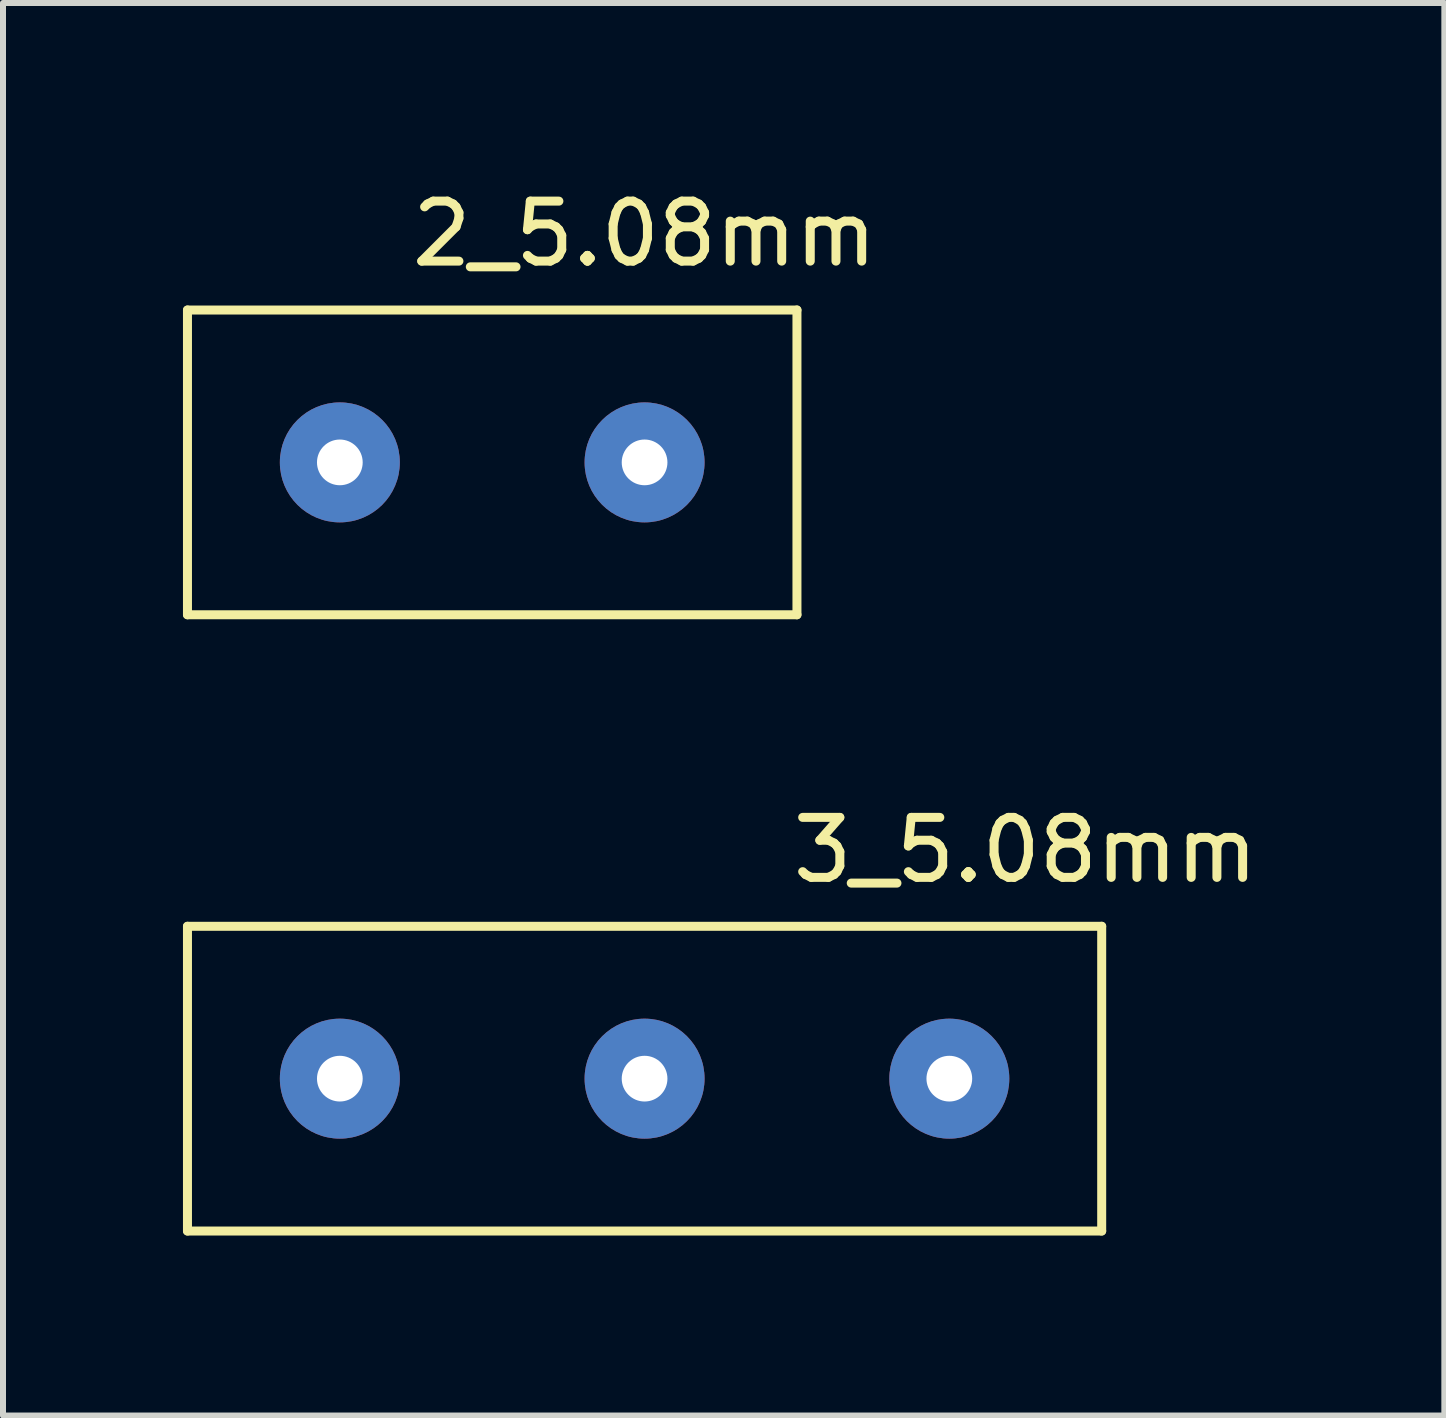
<source format=kicad_pcb>
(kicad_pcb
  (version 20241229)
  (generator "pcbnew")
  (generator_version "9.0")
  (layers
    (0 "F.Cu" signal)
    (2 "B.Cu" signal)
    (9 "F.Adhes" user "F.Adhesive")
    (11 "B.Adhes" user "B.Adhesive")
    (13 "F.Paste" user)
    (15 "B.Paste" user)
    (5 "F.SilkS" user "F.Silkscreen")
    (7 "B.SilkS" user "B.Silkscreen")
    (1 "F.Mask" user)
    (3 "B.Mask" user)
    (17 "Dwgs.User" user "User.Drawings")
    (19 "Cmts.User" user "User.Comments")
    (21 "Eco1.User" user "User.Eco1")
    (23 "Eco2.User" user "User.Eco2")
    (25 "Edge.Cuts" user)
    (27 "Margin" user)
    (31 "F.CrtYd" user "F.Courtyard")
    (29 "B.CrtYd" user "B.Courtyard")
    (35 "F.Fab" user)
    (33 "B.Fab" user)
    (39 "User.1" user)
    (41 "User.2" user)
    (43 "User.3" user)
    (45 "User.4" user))
  (footprint "3_5.08mm"
    (layer "F.Cu")
    (at 2.615 14.931)
    (property "Reference" "3_5.08mm" (at 11.43 -3.81 0) (layer "F.SilkS") (effects (font (size 1 1) (thickness 0.15))))
    (attr through_hole)
    (fp_line (start -2.54 -2.54) (end -2.54 2.54) (stroke (width 0.15) (type solid)) (layer "F.SilkS"))
    (fp_line (start -2.54 2.54) (end 12.7 2.54) (stroke (width 0.15) (type solid)) (layer "F.SilkS"))
    (fp_line (start 12.7 -2.54) (end -2.54 -2.54) (stroke (width 0.15) (type solid)) (layer "F.SilkS"))
    (fp_line (start 12.7 2.54) (end 12.7 -2.54) (stroke (width 0.15) (type solid)) (layer "F.SilkS"))
    (pad "1" thru_hole circle (at 0 0) (size 2 2) (drill 0.762) (layers "*.Cu" "*.Mask"))
    (pad "2" thru_hole circle (at 5.08 0) (size 2 2) (drill 0.762) (layers "*.Cu" "*.Mask"))
    (pad "3" thru_hole circle (at 10.16 0) (size 2 2) (drill 0.762) (layers "*.Cu" "*.Mask")))
  (footprint "2_5.08mm"
    (layer "F.Cu")
    (at 2.615 4.658)
    (property "Reference" "2_5.08mm" (at 5.08 -3.81 0) (layer "F.SilkS") (effects (font (size 1 1) (thickness 0.15))))
    (attr through_hole)
    (fp_line (start -2.54 -2.54) (end -2.54 2.54) (stroke (width 0.15) (type solid)) (layer "F.SilkS"))
    (fp_line (start -2.54 2.54) (end 7.62 2.54) (stroke (width 0.15) (type solid)) (layer "F.SilkS"))
    (fp_line (start 7.62 -2.54) (end -2.54 -2.54) (stroke (width 0.15) (type solid)) (layer "F.SilkS"))
    (fp_line (start 7.62 2.54) (end 7.62 -2.54) (stroke (width 0.15) (type solid)) (layer "F.SilkS"))
    (pad "1" thru_hole circle (at 0 0) (size 2 2) (drill 0.762) (layers "*.Cu" "*.Mask"))
    (pad "2" thru_hole circle (at 5.08 0) (size 2 2) (drill 0.762) (layers "*.Cu" "*.Mask")))
  (gr_rect
    (start -3 -3)
    (end 21.027 20.547)
    (stroke (width 0.1) (type default))
    (fill no)
    (layer "Edge.Cuts")))
</source>
